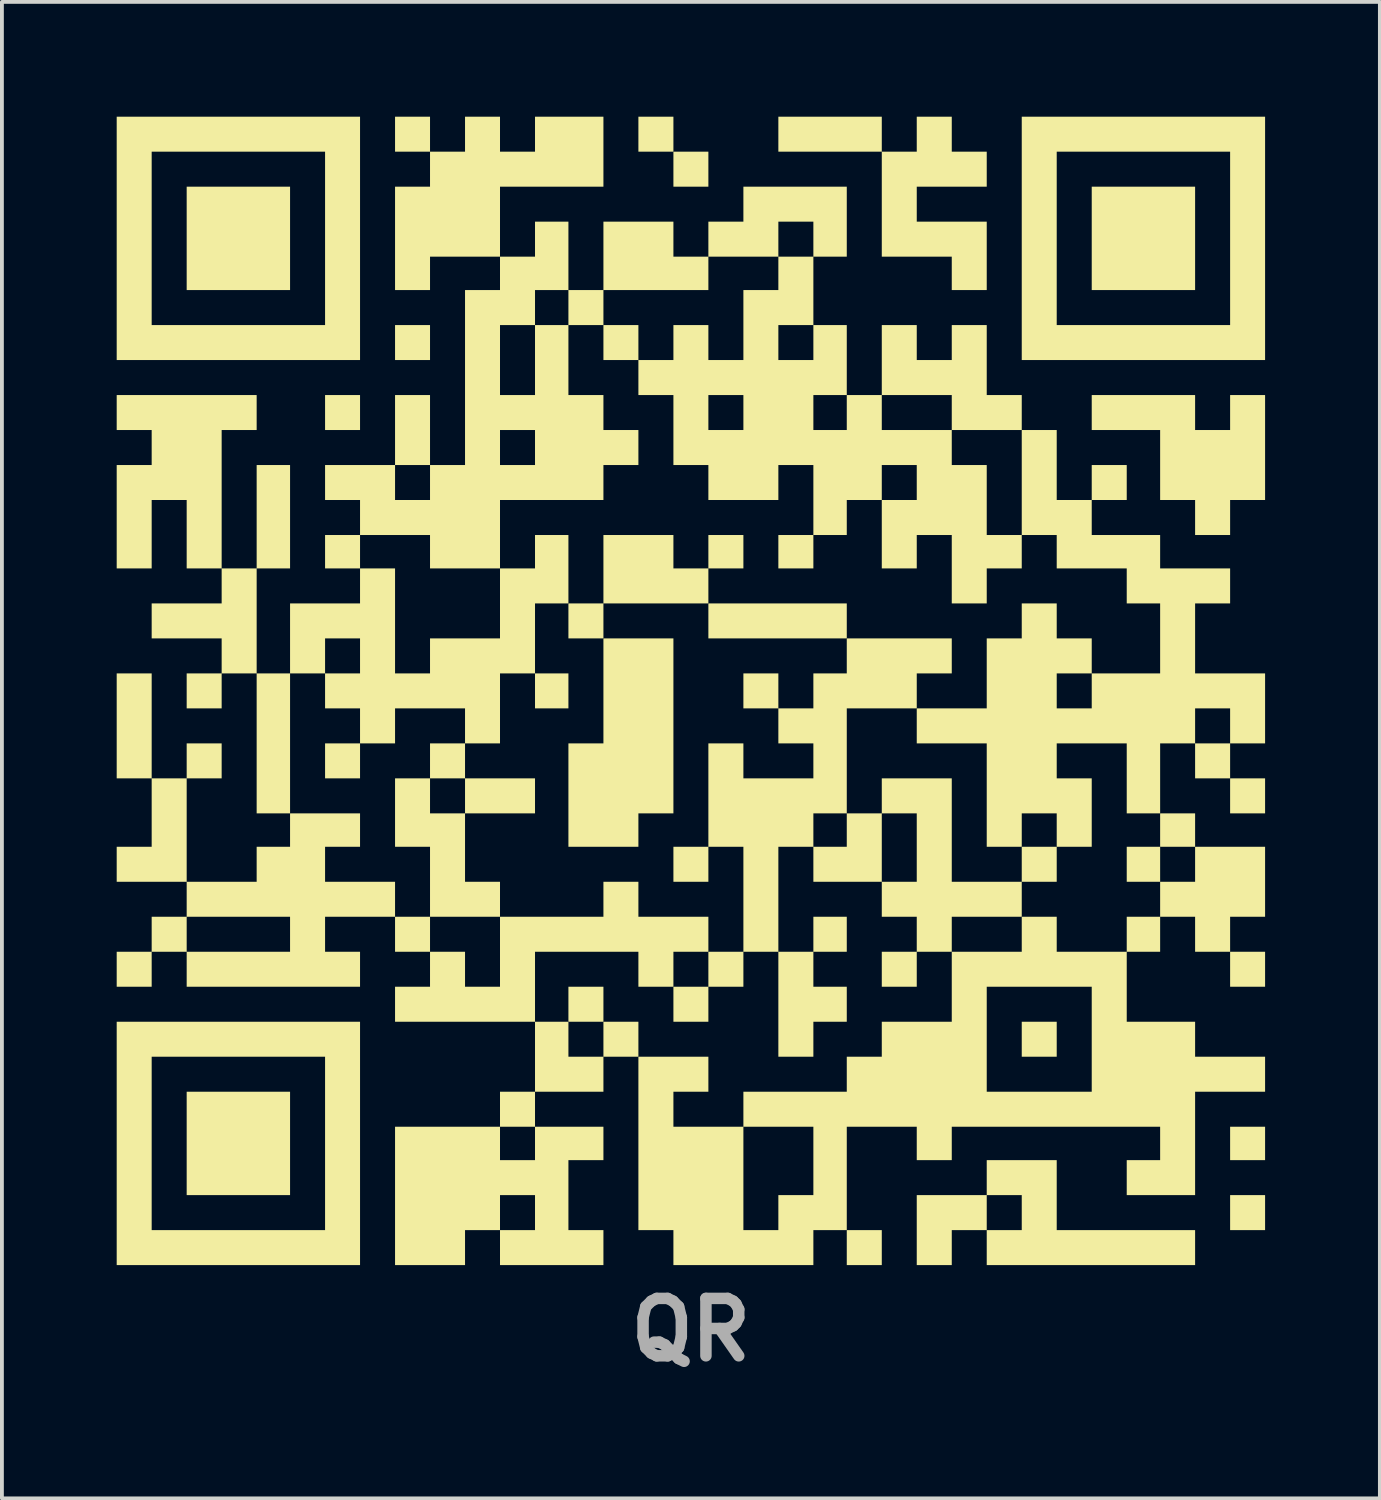
<source format=kicad_pcb>
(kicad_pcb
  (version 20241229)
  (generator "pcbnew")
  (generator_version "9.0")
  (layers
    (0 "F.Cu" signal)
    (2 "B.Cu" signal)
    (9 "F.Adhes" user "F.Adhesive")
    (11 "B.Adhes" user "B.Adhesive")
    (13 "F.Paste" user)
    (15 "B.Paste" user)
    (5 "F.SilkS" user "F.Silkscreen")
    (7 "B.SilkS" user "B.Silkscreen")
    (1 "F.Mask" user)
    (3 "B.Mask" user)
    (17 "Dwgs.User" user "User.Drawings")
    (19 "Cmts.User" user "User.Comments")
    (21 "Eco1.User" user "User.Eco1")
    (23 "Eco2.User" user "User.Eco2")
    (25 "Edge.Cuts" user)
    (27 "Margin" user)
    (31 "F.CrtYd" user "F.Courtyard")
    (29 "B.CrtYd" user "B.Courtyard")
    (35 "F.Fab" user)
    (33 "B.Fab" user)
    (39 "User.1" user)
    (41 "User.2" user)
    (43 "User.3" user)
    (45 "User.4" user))
  (footprint "QR"
    (layer "F.Cu")
    (at 15.007 15.007)
    (property "Reference" "QR" (at 0 16.7 0) (layer "F.Fab") (effects (font (size 1.5 1.5) (thickness 0.3))))
    (attr board_only exclude_from_pos_files exclude_from_bom)
    (fp_poly (pts (xy -10.476 -11.827) (xy -10.476 -10.476) (xy -11.827 -10.476) (xy -13.178 -10.476) (xy -13.178 -11.827) (xy -13.178 -13.178) (xy -11.827 -13.178) (xy -10.476 -13.178)) (stroke (width 0) (type solid)) (fill yes) (layer "F.SilkS"))
    (fp_poly (pts (xy -10.476 11.827) (xy -10.476 13.178) (xy -11.827 13.178) (xy -13.178 13.178) (xy -13.178 11.827) (xy -13.178 10.476) (xy -11.827 10.476) (xy -10.476 10.476)) (stroke (width 0) (type solid)) (fill yes) (layer "F.SilkS"))
    (fp_poly (pts (xy -8.647 -7.275) (xy -8.647 -6.818) (xy -9.104 -6.818) (xy -9.561 -6.818) (xy -9.561 -7.275) (xy -9.561 -7.732) (xy -9.104 -7.732) (xy -8.647 -7.732)) (stroke (width 0) (type solid)) (fill yes) (layer "F.SilkS"))
    (fp_poly (pts (xy -8.647 1.829) (xy -8.647 2.286) (xy -9.104 2.286) (xy -9.561 2.286) (xy -9.561 1.829) (xy -9.561 1.372) (xy -9.104 1.372) (xy -8.647 1.372)) (stroke (width 0) (type solid)) (fill yes) (layer "F.SilkS"))
    (fp_poly (pts (xy -6.818 -9.104) (xy -6.818 -8.647) (xy -7.275 -8.647) (xy -7.732 -8.647) (xy -7.732 -9.104) (xy -7.732 -9.561) (xy -7.275 -9.561) (xy -6.818 -9.561)) (stroke (width 0) (type solid)) (fill yes) (layer "F.SilkS"))
    (fp_poly (pts (xy -6.818 6.36) (xy -6.818 6.818) (xy -7.275 6.818) (xy -7.732 6.818) (xy -7.732 6.36) (xy -7.732 5.903) (xy -7.275 5.903) (xy -6.818 5.903)) (stroke (width 0) (type solid)) (fill yes) (layer "F.SilkS"))
    (fp_poly (pts (xy -3.201 0) (xy -3.201 0.457) (xy -3.637 0.457) (xy -4.074 0.457) (xy -4.074 0) (xy -4.074 -0.457) (xy -3.637 -0.457) (xy -3.201 -0.457)) (stroke (width 0) (type solid)) (fill yes) (layer "F.SilkS"))
    (fp_poly (pts (xy -2.286 8.19) (xy -2.286 8.647) (xy -2.744 8.647) (xy -3.201 8.647) (xy -3.201 8.19) (xy -3.201 7.732) (xy -2.744 7.732) (xy -2.286 7.732)) (stroke (width 0) (type solid)) (fill yes) (layer "F.SilkS"))
    (fp_poly (pts (xy -1.372 -9.104) (xy -1.372 -8.647) (xy -1.829 -8.647) (xy -2.286 -8.647) (xy -2.286 -9.104) (xy -2.286 -9.561) (xy -1.829 -9.561) (xy -1.372 -9.561)) (stroke (width 0) (type solid)) (fill yes) (layer "F.SilkS"))
    (fp_poly (pts (xy -0.457 -14.55) (xy -0.457 -14.093) (xy -0.915 -14.093) (xy -1.372 -14.093) (xy -1.372 -14.55) (xy -1.372 -15.007) (xy -0.915 -15.007) (xy -0.457 -15.007)) (stroke (width 0) (type solid)) (fill yes) (layer "F.SilkS"))
    (fp_poly (pts (xy 0.457 -13.635) (xy 0.457 -13.178) (xy 0 -13.178) (xy -0.457 -13.178) (xy -0.457 -13.635) (xy -0.457 -14.093) (xy 0 -14.093) (xy 0.457 -14.093)) (stroke (width 0) (type solid)) (fill yes) (layer "F.SilkS"))
    (fp_poly (pts (xy 3.201 -3.637) (xy 3.201 -3.201) (xy 2.744 -3.201) (xy 2.286 -3.201) (xy 2.286 -3.637) (xy 2.286 -4.074) (xy 2.744 -4.074) (xy 3.201 -4.074)) (stroke (width 0) (type solid)) (fill yes) (layer "F.SilkS"))
    (fp_poly (pts (xy 4.074 -1.829) (xy 4.074 -1.372) (xy 2.266 -1.372) (xy 0.457 -1.372) (xy 0.457 -1.829) (xy 0.457 -2.286) (xy 2.266 -2.286) (xy 4.074 -2.286)) (stroke (width 0) (type solid)) (fill yes) (layer "F.SilkS"))
    (fp_poly (pts (xy 4.989 14.55) (xy 4.989 15.007) (xy 4.531 15.007) (xy 4.074 15.007) (xy 4.074 14.55) (xy 4.074 14.093) (xy 4.531 14.093) (xy 4.989 14.093)) (stroke (width 0) (type solid)) (fill yes) (layer "F.SilkS"))
    (fp_poly (pts (xy 9.561 9.104) (xy 9.561 9.561) (xy 9.104 9.561) (xy 8.647 9.561) (xy 8.647 9.104) (xy 8.647 8.647) (xy 9.104 8.647) (xy 9.561 8.647)) (stroke (width 0) (type solid)) (fill yes) (layer "F.SilkS"))
    (fp_poly (pts (xy 12.264 4.531) (xy 12.264 4.989) (xy 11.827 4.989) (xy 11.391 4.989) (xy 11.391 4.531) (xy 11.391 4.074) (xy 11.827 4.074) (xy 12.264 4.074)) (stroke (width 0) (type solid)) (fill yes) (layer "F.SilkS"))
    (fp_poly (pts (xy 13.178 -11.827) (xy 13.178 -10.476) (xy 11.827 -10.476) (xy 10.476 -10.476) (xy 10.476 -11.827) (xy 10.476 -13.178) (xy 11.827 -13.178) (xy 13.178 -13.178)) (stroke (width 0) (type solid)) (fill yes) (layer "F.SilkS"))
    (fp_poly (pts (xy 13.178 3.637) (xy 13.178 4.074) (xy 12.721 4.074) (xy 12.264 4.074) (xy 12.264 3.637) (xy 12.264 3.201) (xy 12.721 3.201) (xy 13.178 3.201)) (stroke (width 0) (type solid)) (fill yes) (layer "F.SilkS"))
    (fp_poly (pts (xy 15.007 2.744) (xy 15.007 3.201) (xy 14.55 3.201) (xy 14.093 3.201) (xy 14.093 2.744) (xy 14.093 2.286) (xy 14.55 2.286) (xy 15.007 2.286)) (stroke (width 0) (type solid)) (fill yes) (layer "F.SilkS"))
    (fp_poly (pts (xy 15.007 7.275) (xy 15.007 7.732) (xy 14.55 7.732) (xy 14.093 7.732) (xy 14.093 7.275) (xy 14.093 6.818) (xy 14.55 6.818) (xy 15.007 6.818)) (stroke (width 0) (type solid)) (fill yes) (layer "F.SilkS"))
    (fp_poly (pts (xy 15.007 11.827) (xy 15.007 12.264) (xy 14.55 12.264) (xy 14.093 12.264) (xy 14.093 11.827) (xy 14.093 11.391) (xy 14.55 11.391) (xy 15.007 11.391)) (stroke (width 0) (type solid)) (fill yes) (layer "F.SilkS"))
    (fp_poly (pts (xy 15.007 13.635) (xy 15.007 14.093) (xy 14.55 14.093) (xy 14.093 14.093) (xy 14.093 13.635) (xy 14.093 13.178) (xy 14.55 13.178) (xy 15.007 13.178)) (stroke (width 0) (type solid)) (fill yes) (layer "F.SilkS"))
    (fp_poly (pts (xy -0.457 0.915) (xy -0.457 3.201) (xy -0.915 3.201) (xy -1.372 3.201) (xy -1.372 3.637) (xy -1.372 4.074) (xy -2.286 4.074) (xy -3.201 4.074) (xy -3.201 2.723) (xy -3.201 1.372) (xy -2.744 1.372) (xy -2.286 1.372) (xy -2.286 0) (xy -2.286 -1.372) (xy -1.372 -1.372) (xy -0.457 -1.372)) (stroke (width 0) (type solid)) (fill yes) (layer "F.SilkS"))
    (fp_poly (pts (xy -8.647 -11.827) (xy -8.647 -8.647) (xy -11.827 -8.647) (xy -15.007 -8.647) (xy -15.007 -11.827) (xy -14.093 -11.827) (xy -14.093 -9.561) (xy -11.827 -9.561) (xy -9.561 -9.561) (xy -9.561 -11.827) (xy -9.561 -14.093) (xy -11.827 -14.093) (xy -14.093 -14.093) (xy -14.093 -11.827) (xy -15.007 -11.827) (xy -15.007 -15.007) (xy -11.827 -15.007) (xy -8.647 -15.007)) (stroke (width 0) (type solid)) (fill yes) (layer "F.SilkS"))
    (fp_poly (pts (xy -8.647 11.827) (xy -8.647 15.007) (xy -11.827 15.007) (xy -15.007 15.007) (xy -15.007 11.827) (xy -14.093 11.827) (xy -14.093 14.093) (xy -11.827 14.093) (xy -9.561 14.093) (xy -9.561 11.827) (xy -9.561 9.561) (xy -11.827 9.561) (xy -14.093 9.561) (xy -14.093 11.827) (xy -15.007 11.827) (xy -15.007 8.647) (xy -11.827 8.647) (xy -8.647 8.647)) (stroke (width 0) (type solid)) (fill yes) (layer "F.SilkS"))
    (fp_poly (pts (xy 15.007 -11.827) (xy 15.007 -8.647) (xy 11.827 -8.647) (xy 8.647 -8.647) (xy 8.647 -11.827) (xy 9.561 -11.827) (xy 9.561 -9.561) (xy 11.827 -9.561) (xy 14.093 -9.561) (xy 14.093 -11.827) (xy 14.093 -14.093) (xy 11.827 -14.093) (xy 9.561 -14.093) (xy 9.561 -11.827) (xy 8.647 -11.827) (xy 8.647 -15.007) (xy 11.827 -15.007) (xy 15.007 -15.007)) (stroke (width 0) (type solid)) (fill yes) (layer "F.SilkS"))
    (fp_poly (pts (xy -0.457 -3.637) (xy -0.457 -3.201) (xy 0 -3.201) (xy 0.457 -3.201) (xy 0.457 -3.637) (xy 0.457 -4.074) (xy 0.915 -4.074) (xy 1.372 -4.074) (xy 1.372 -3.637) (xy 1.372 -3.201) (xy 0.915 -3.201) (xy 0.457 -3.201) (xy 0.457 -2.744) (xy 0.457 -2.286) (xy -0.915 -2.286) (xy -2.286 -2.286) (xy -2.286 -1.829) (xy -2.286 -1.372) (xy -2.744 -1.372) (xy -3.201 -1.372) (xy -3.201 -1.829) (xy -3.201 -2.286) (xy -2.744 -2.286) (xy -2.286 -2.286) (xy -2.286 -3.18) (xy -2.286 -4.074) (xy -1.372 -4.074) (xy -0.457 -4.074)) (stroke (width 0) (type solid)) (fill yes) (layer "F.SilkS"))
    (fp_poly (pts (xy 13.178 -7.275) (xy 13.178 -6.818) (xy 13.635 -6.818) (xy 14.093 -6.818) (xy 14.093 -7.275) (xy 14.093 -7.732) (xy 14.55 -7.732) (xy 15.007 -7.732) (xy 15.007 -6.36) (xy 15.007 -4.989) (xy 14.55 -4.989) (xy 14.093 -4.989) (xy 14.093 -4.531) (xy 14.093 -4.074) (xy 13.635 -4.074) (xy 13.178 -4.074) (xy 13.178 -4.531) (xy 13.178 -4.989) (xy 12.721 -4.989) (xy 12.264 -4.989) (xy 12.264 -5.903) (xy 12.264 -6.818) (xy 11.37 -6.818) (xy 10.476 -6.818) (xy 10.476 -7.275) (xy 10.476 -7.732) (xy 11.827 -7.732) (xy 13.178 -7.732)) (stroke (width 0) (type solid)) (fill yes) (layer "F.SilkS"))
    (fp_poly (pts (xy 9.561 13.178) (xy 9.561 14.093) (xy 11.37 14.093) (xy 13.178 14.093) (xy 13.178 14.55) (xy 13.178 15.007) (xy 10.455 15.007) (xy 7.732 15.007) (xy 7.732 14.55) (xy 7.732 14.093) (xy 7.275 14.093) (xy 6.818 14.093) (xy 6.818 14.55) (xy 6.818 15.007) (xy 6.36 15.007) (xy 5.903 15.007) (xy 5.903 14.093) (xy 5.903 13.635) (xy 7.732 13.635) (xy 7.732 14.093) (xy 8.19 14.093) (xy 8.647 14.093) (xy 8.647 13.635) (xy 8.647 13.178) (xy 8.19 13.178) (xy 7.732 13.178) (xy 7.732 13.635) (xy 5.903 13.635) (xy 5.903 13.178) (xy 6.818 13.178) (xy 7.732 13.178) (xy 7.732 12.721) (xy 7.732 12.264) (xy 8.647 12.264) (xy 9.561 12.264)) (stroke (width 0) (type solid)) (fill yes) (layer "F.SilkS"))
    (fp_poly (pts (xy -5.903 1.829) (xy -5.903 2.286) (xy -6.36 2.286) (xy -6.818 2.286) (xy -6.818 2.744) (xy -6.818 3.201) (xy -6.36 3.201) (xy -5.903 3.201) (xy -5.903 2.744) (xy -5.903 2.286) (xy -4.989 2.286) (xy -4.074 2.286) (xy -4.074 2.744) (xy -4.074 3.201) (xy -4.989 3.201) (xy -5.903 3.201) (xy -5.903 4.095) (xy -5.903 4.989) (xy -5.446 4.989) (xy -4.989 4.989) (xy -4.989 5.446) (xy -4.989 5.903) (xy -5.903 5.903) (xy -6.818 5.903) (xy -6.818 4.989) (xy -6.818 4.074) (xy -7.275 4.074) (xy -7.732 4.074) (xy -7.732 3.18) (xy -7.732 2.286) (xy -7.275 2.286) (xy -6.818 2.286) (xy -6.818 1.829) (xy -6.818 1.372) (xy -6.36 1.372) (xy -5.903 1.372)) (stroke (width 0) (type solid)) (fill yes) (layer "F.SilkS"))
    (fp_poly (pts (xy 4.989 -14.55) (xy 4.989 -14.093) (xy 5.446 -14.093) (xy 5.903 -14.093) (xy 5.903 -14.55) (xy 5.903 -15.007) (xy 6.36 -15.007) (xy 6.818 -15.007) (xy 6.818 -14.55) (xy 6.818 -14.093) (xy 7.275 -14.093) (xy 7.732 -14.093) (xy 7.732 -13.635) (xy 7.732 -13.178) (xy 6.818 -13.178) (xy 5.903 -13.178) (xy 5.903 -12.721) (xy 5.903 -12.264) (xy 6.818 -12.264) (xy 7.732 -12.264) (xy 7.732 -11.37) (xy 7.732 -10.476) (xy 7.275 -10.476) (xy 6.818 -10.476) (xy 6.818 -10.912) (xy 6.818 -11.349) (xy 5.903 -11.349) (xy 4.989 -11.349) (xy 4.989 -12.721) (xy 4.989 -14.093) (xy 3.637 -14.093) (xy 2.286 -14.093) (xy 2.286 -14.55) (xy 2.286 -15.007) (xy 3.637 -15.007) (xy 4.989 -15.007)) (stroke (width 0) (type solid)) (fill yes) (layer "F.SilkS"))
    (fp_poly (pts (xy -1.372 5.446) (xy -1.372 5.903) (xy -0.457 5.903) (xy 0.457 5.903) (xy 0.457 6.36) (xy 0.457 6.818) (xy 0 6.818) (xy -0.457 6.818) (xy -0.457 7.275) (xy -0.457 7.732) (xy -0.915 7.732) (xy -1.372 7.732) (xy -1.372 7.275) (xy -1.372 6.818) (xy -2.723 6.818) (xy -4.074 6.818) (xy -4.074 7.732) (xy -4.074 8.647) (xy -5.903 8.647) (xy -7.732 8.647) (xy -7.732 8.19) (xy -7.732 7.732) (xy -7.275 7.732) (xy -6.818 7.732) (xy -6.818 7.275) (xy -6.818 6.818) (xy -6.36 6.818) (xy -5.903 6.818) (xy -5.903 7.275) (xy -5.903 7.732) (xy -5.446 7.732) (xy -4.989 7.732) (xy -4.989 6.818) (xy -4.989 5.903) (xy -3.637 5.903) (xy -2.286 5.903) (xy -2.286 5.446) (xy -2.286 4.989) (xy -1.829 4.989) (xy -1.372 4.989)) (stroke (width 0) (type solid)) (fill yes) (layer "F.SilkS"))
    (fp_poly (pts (xy -3.201 9.104) (xy -3.201 9.561) (xy -2.744 9.561) (xy -2.286 9.561) (xy -2.286 9.104) (xy -2.286 8.647) (xy -1.829 8.647) (xy -1.372 8.647) (xy -1.372 9.104) (xy -1.372 9.561) (xy -1.829 9.561) (xy -2.286 9.561) (xy -2.286 10.019) (xy -2.286 10.476) (xy -3.18 10.476) (xy -4.074 10.476) (xy -4.074 10.933) (xy -4.074 11.391) (xy -4.531 11.391) (xy -4.989 11.391) (xy -4.989 11.827) (xy -4.989 12.264) (xy -4.531 12.264) (xy -4.074 12.264) (xy -4.074 11.827) (xy -4.074 11.391) (xy -3.18 11.391) (xy -2.286 11.391) (xy -2.286 11.827) (xy -2.286 12.264) (xy -2.744 12.264) (xy -3.201 12.264) (xy -3.201 13.178) (xy -3.201 14.093) (xy -2.744 14.093) (xy -2.286 14.093) (xy -2.286 14.55) (xy -2.286 15.007) (xy -3.637 15.007) (xy -4.989 15.007) (xy -4.989 14.55) (xy -4.989 14.093) (xy -5.446 14.093) (xy -5.903 14.093) (xy -5.903 14.55) (xy -5.903 15.007) (xy -6.818 15.007) (xy -7.732 15.007) (xy -7.732 13.635) (xy -4.989 13.635) (xy -4.989 14.093) (xy -4.531 14.093) (xy -4.074 14.093) (xy -4.074 13.635) (xy -4.074 13.178) (xy -4.531 13.178) (xy -4.989 13.178) (xy -4.989 13.635) (xy -7.732 13.635) (xy -7.732 13.199) (xy -7.732 11.391) (xy -6.36 11.391) (xy -4.989 11.391) (xy -4.989 10.933) (xy -4.989 10.476) (xy -4.531 10.476) (xy -4.074 10.476) (xy -4.074 9.561) (xy -4.074 8.647) (xy -3.637 8.647) (xy -3.201 8.647)) (stroke (width 0) (type solid)) (fill yes) (layer "F.SilkS"))
    (fp_poly (pts (xy -14.093 0.915) (xy -14.093 2.286) (xy -13.635 2.286) (xy -13.178 2.286) (xy -13.178 1.829) (xy -13.178 1.372) (xy -12.721 1.372) (xy -12.264 1.372) (xy -12.264 1.829) (xy -12.264 2.286) (xy -12.721 2.286) (xy -13.178 2.286) (xy -13.178 3.637) (xy -13.178 4.989) (xy -12.264 4.989) (xy -11.349 4.989) (xy -11.349 4.531) (xy -11.349 4.074) (xy -10.912 4.074) (xy -10.476 4.074) (xy -10.476 3.637) (xy -10.476 3.201) (xy -9.561 3.201) (xy -8.647 3.201) (xy -8.647 3.637) (xy -8.647 4.074) (xy -9.104 4.074) (xy -9.561 4.074) (xy -9.561 4.531) (xy -9.561 4.989) (xy -8.647 4.989) (xy -7.732 4.989) (xy -7.732 5.446) (xy -7.732 5.903) (xy -8.647 5.903) (xy -9.561 5.903) (xy -9.561 6.36) (xy -9.561 6.818) (xy -9.104 6.818) (xy -8.647 6.818) (xy -8.647 7.275) (xy -8.647 7.732) (xy -10.912 7.732) (xy -13.178 7.732) (xy -13.178 7.275) (xy -13.178 6.818) (xy -13.635 6.818) (xy -14.093 6.818) (xy -14.093 7.275) (xy -14.093 7.732) (xy -14.55 7.732) (xy -15.007 7.732) (xy -15.007 7.275) (xy -15.007 6.818) (xy -14.55 6.818) (xy -14.093 6.818) (xy -14.093 6.36) (xy -13.178 6.36) (xy -13.178 6.818) (xy -11.827 6.818) (xy -10.476 6.818) (xy -10.476 6.36) (xy -10.476 5.903) (xy -11.827 5.903) (xy -13.178 5.903) (xy -13.178 6.36) (xy -14.093 6.36) (xy -14.093 5.903) (xy -13.635 5.903) (xy -13.178 5.903) (xy -13.178 5.446) (xy -13.178 4.989) (xy -14.093 4.989) (xy -15.007 4.989) (xy -15.007 4.531) (xy -15.007 4.074) (xy -14.55 4.074) (xy -14.093 4.074) (xy -14.093 3.18) (xy -14.093 2.286) (xy -14.55 2.286) (xy -15.007 2.286) (xy -15.007 0.915) (xy -15.007 -0.457) (xy -14.55 -0.457) (xy -14.093 -0.457)) (stroke (width 0) (type solid)) (fill yes) (layer "F.SilkS"))
    (fp_poly (pts (xy -11.349 -7.275) (xy -11.349 -6.818) (xy -11.806 -6.818) (xy -12.264 -6.818) (xy -12.264 -5.009) (xy -12.264 -3.201) (xy -11.806 -3.201) (xy -11.349 -3.201) (xy -11.349 -4.552) (xy -11.349 -5.903) (xy -10.912 -5.903) (xy -10.476 -5.903) (xy -10.476 -4.552) (xy -10.476 -3.201) (xy -10.912 -3.201) (xy -11.349 -3.201) (xy -11.349 -1.829) (xy -11.349 -0.457) (xy -10.912 -0.457) (xy -10.476 -0.457) (xy -10.476 -1.372) (xy -10.476 -2.286) (xy -9.561 -2.286) (xy -8.647 -2.286) (xy -8.647 -2.744) (xy -8.647 -3.201) (xy -8.19 -3.201) (xy -7.732 -3.201) (xy -7.732 -1.829) (xy -7.732 -0.457) (xy -7.275 -0.457) (xy -6.818 -0.457) (xy -6.818 -0.915) (xy -6.818 -1.372) (xy -5.903 -1.372) (xy -4.989 -1.372) (xy -4.989 -2.286) (xy -4.989 -3.201) (xy -4.531 -3.201) (xy -4.074 -3.201) (xy -4.074 -3.637) (xy -4.074 -4.074) (xy -3.637 -4.074) (xy -3.201 -4.074) (xy -3.201 -3.18) (xy -3.201 -2.286) (xy -3.637 -2.286) (xy -4.074 -2.286) (xy -4.074 -1.372) (xy -4.074 -0.457) (xy -4.531 -0.457) (xy -4.989 -0.457) (xy -4.989 0.457) (xy -4.989 1.372) (xy -5.446 1.372) (xy -5.903 1.372) (xy -5.903 0.915) (xy -5.903 0.457) (xy -6.818 0.457) (xy -7.732 0.457) (xy -7.732 0.915) (xy -7.732 1.372) (xy -8.19 1.372) (xy -8.647 1.372) (xy -8.647 0.915) (xy -8.647 0.457) (xy -9.104 0.457) (xy -9.561 0.457) (xy -9.561 0) (xy -9.561 -0.457) (xy -9.104 -0.457) (xy -8.647 -0.457) (xy -8.647 -0.915) (xy -8.647 -1.372) (xy -9.104 -1.372) (xy -9.561 -1.372) (xy -9.561 -0.915) (xy -9.561 -0.457) (xy -10.019 -0.457) (xy -10.476 -0.457) (xy -10.476 1.372) (xy -10.476 3.201) (xy -10.912 3.201) (xy -11.349 3.201) (xy -11.349 1.372) (xy -11.349 -0.457) (xy -11.806 -0.457) (xy -12.264 -0.457) (xy -12.264 0) (xy -12.264 0.457) (xy -12.721 0.457) (xy -13.178 0.457) (xy -13.178 0) (xy -13.178 -0.457) (xy -12.721 -0.457) (xy -12.264 -0.457) (xy -12.264 -0.915) (xy -12.264 -1.372) (xy -13.178 -1.372) (xy -14.093 -1.372) (xy -14.093 -1.829) (xy -14.093 -2.286) (xy -13.178 -2.286) (xy -12.264 -2.286) (xy -12.264 -2.744) (xy -12.264 -3.201) (xy -12.721 -3.201) (xy -13.178 -3.201) (xy -13.178 -4.095) (xy -13.178 -4.989) (xy -13.635 -4.989) (xy -14.093 -4.989) (xy -14.093 -4.095) (xy -14.093 -3.201) (xy -14.55 -3.201) (xy -15.007 -3.201) (xy -15.007 -4.552) (xy -15.007 -5.903) (xy -14.55 -5.903) (xy -14.093 -5.903) (xy -14.093 -6.36) (xy -14.093 -6.818) (xy -14.55 -6.818) (xy -15.007 -6.818) (xy -15.007 -7.275) (xy -15.007 -7.732) (xy -13.178 -7.732) (xy -11.349 -7.732)) (stroke (width 0) (type solid)) (fill yes) (layer "F.SilkS"))
    (fp_poly (pts (xy 15.007 4.989) (xy 15.007 5.903) (xy 14.55 5.903) (xy 14.093 5.903) (xy 14.093 6.36) (xy 14.093 6.818) (xy 13.635 6.818) (xy 13.178 6.818) (xy 13.178 6.36) (xy 13.178 5.903) (xy 12.721 5.903) (xy 12.264 5.903) (xy 12.264 6.36) (xy 12.264 6.818) (xy 11.827 6.818) (xy 11.391 6.818) (xy 11.391 7.732) (xy 11.391 8.647) (xy 12.284 8.647) (xy 13.178 8.647) (xy 13.178 9.104) (xy 13.178 9.561) (xy 14.093 9.561) (xy 15.007 9.561) (xy 15.007 10.019) (xy 15.007 10.476) (xy 14.093 10.476) (xy 13.178 10.476) (xy 13.178 11.827) (xy 13.178 13.178) (xy 12.284 13.178) (xy 11.391 13.178) (xy 11.391 12.721) (xy 11.391 12.264) (xy 11.827 12.264) (xy 12.264 12.264) (xy 12.264 11.827) (xy 12.264 11.391) (xy 9.541 11.391) (xy 6.818 11.391) (xy 6.818 11.827) (xy 6.818 12.264) (xy 6.36 12.264) (xy 5.903 12.264) (xy 5.903 11.827) (xy 5.903 11.391) (xy 4.989 11.391) (xy 4.074 11.391) (xy 4.074 12.742) (xy 4.074 14.093) (xy 3.637 14.093) (xy 3.201 14.093) (xy 3.201 14.55) (xy 3.201 15.007) (xy 1.372 15.007) (xy -0.457 15.007) (xy -0.457 14.55) (xy -0.457 14.093) (xy -0.915 14.093) (xy -1.372 14.093) (xy -1.372 12.742) (xy 1.372 12.742) (xy 1.372 14.093) (xy 1.829 14.093) (xy 2.286 14.093) (xy 2.286 13.635) (xy 2.286 13.178) (xy 2.744 13.178) (xy 3.201 13.178) (xy 3.201 12.284) (xy 3.201 11.391) (xy 2.286 11.391) (xy 1.372 11.391) (xy 1.372 12.742) (xy -1.372 12.742) (xy -1.372 11.827) (xy -1.372 9.561) (xy -0.457 9.561) (xy 0.457 9.561) (xy 0.457 10.019) (xy 0.457 10.476) (xy 0 10.476) (xy -0.457 10.476) (xy -0.457 10.933) (xy -0.457 11.391) (xy 0.457 11.391) (xy 1.372 11.391) (xy 1.372 10.933) (xy 1.372 10.476) (xy 2.723 10.476) (xy 4.074 10.476) (xy 4.074 10.019) (xy 4.074 9.561) (xy 4.531 9.561) (xy 4.989 9.561) (xy 4.989 9.104) (xy 7.732 9.104) (xy 7.732 10.476) (xy 9.104 10.476) (xy 10.476 10.476) (xy 10.476 9.104) (xy 10.476 7.732) (xy 9.104 7.732) (xy 7.732 7.732) (xy 7.732 9.104) (xy 4.989 9.104) (xy 4.989 8.647) (xy 5.903 8.647) (xy 6.818 8.647) (xy 6.818 7.732) (xy 6.818 6.818) (xy 7.732 6.818) (xy 8.647 6.818) (xy 8.647 6.36) (xy 8.647 5.903) (xy 9.104 5.903) (xy 9.561 5.903) (xy 9.561 6.36) (xy 9.561 6.818) (xy 10.476 6.818) (xy 11.391 6.818) (xy 11.391 6.36) (xy 11.391 5.903) (xy 11.827 5.903) (xy 12.264 5.903) (xy 12.264 5.446) (xy 12.264 4.989) (xy 12.721 4.989) (xy 13.178 4.989) (xy 13.178 4.531) (xy 13.178 4.074) (xy 14.093 4.074) (xy 15.007 4.074)) (stroke (width 0) (type solid)) (fill yes) (layer "F.SilkS"))
    (fp_poly (pts (xy 6.818 -0.915) (xy 6.818 -0.457) (xy 6.36 -0.457) (xy 5.903 -0.457) (xy 5.903 0) (xy 5.903 0.457) (xy 4.989 0.457) (xy 4.074 0.457) (xy 4.074 1.829) (xy 4.074 3.201) (xy 4.531 3.201) (xy 4.989 3.201) (xy 4.989 2.744) (xy 4.989 2.286) (xy 5.903 2.286) (xy 6.818 2.286) (xy 6.818 3.637) (xy 6.818 4.989) (xy 7.732 4.989) (xy 8.647 4.989) (xy 8.647 4.531) (xy 8.647 4.074) (xy 9.104 4.074) (xy 9.561 4.074) (xy 9.561 4.531) (xy 9.561 4.989) (xy 9.104 4.989) (xy 8.647 4.989) (xy 8.647 5.446) (xy 8.647 5.903) (xy 7.732 5.903) (xy 6.818 5.903) (xy 6.818 6.36) (xy 6.818 6.818) (xy 6.36 6.818) (xy 5.903 6.818) (xy 5.903 7.275) (xy 5.903 7.732) (xy 5.446 7.732) (xy 4.989 7.732) (xy 4.989 7.275) (xy 4.989 6.818) (xy 5.446 6.818) (xy 5.903 6.818) (xy 5.903 6.36) (xy 5.903 5.903) (xy 5.446 5.903) (xy 4.989 5.903) (xy 4.989 5.446) (xy 4.989 4.989) (xy 4.095 4.989) (xy 3.201 4.989) (xy 3.201 4.531) (xy 3.201 4.095) (xy 4.989 4.095) (xy 4.989 4.989) (xy 5.446 4.989) (xy 5.903 4.989) (xy 5.903 4.095) (xy 5.903 3.201) (xy 5.446 3.201) (xy 4.989 3.201) (xy 4.989 4.095) (xy 3.201 4.095) (xy 3.201 4.074) (xy 2.744 4.074) (xy 2.286 4.074) (xy 2.286 5.446) (xy 2.286 6.818) (xy 2.744 6.818) (xy 3.201 6.818) (xy 3.201 6.36) (xy 3.201 5.903) (xy 3.637 5.903) (xy 4.074 5.903) (xy 4.074 6.36) (xy 4.074 6.818) (xy 3.637 6.818) (xy 3.201 6.818) (xy 3.201 7.275) (xy 3.201 7.732) (xy 3.637 7.732) (xy 4.074 7.732) (xy 4.074 8.19) (xy 4.074 8.647) (xy 3.637 8.647) (xy 3.201 8.647) (xy 3.201 9.104) (xy 3.201 9.561) (xy 2.744 9.561) (xy 2.286 9.561) (xy 2.286 8.19) (xy 2.286 6.818) (xy 1.829 6.818) (xy 1.372 6.818) (xy 1.372 7.275) (xy 1.372 7.732) (xy 0.915 7.732) (xy 0.457 7.732) (xy 0.457 8.19) (xy 0.457 8.647) (xy 0 8.647) (xy -0.457 8.647) (xy -0.457 8.19) (xy -0.457 7.732) (xy 0 7.732) (xy 0.457 7.732) (xy 0.457 7.275) (xy 0.457 6.818) (xy 0.915 6.818) (xy 1.372 6.818) (xy 1.372 5.446) (xy 1.372 4.074) (xy 0.915 4.074) (xy 0.457 4.074) (xy 0.457 4.531) (xy 0.457 4.989) (xy 0 4.989) (xy -0.457 4.989) (xy -0.457 4.531) (xy -0.457 4.074) (xy 0 4.074) (xy 0.457 4.074) (xy 0.457 3.637) (xy 3.201 3.637) (xy 3.201 4.074) (xy 3.637 4.074) (xy 4.074 4.074) (xy 4.074 3.637) (xy 4.074 3.201) (xy 3.637 3.201) (xy 3.201 3.201) (xy 3.201 3.637) (xy 0.457 3.637) (xy 0.457 2.723) (xy 0.457 1.372) (xy 0.915 1.372) (xy 1.372 1.372) (xy 1.372 1.829) (xy 1.372 2.286) (xy 2.286 2.286) (xy 3.201 2.286) (xy 3.201 1.829) (xy 3.201 1.372) (xy 2.744 1.372) (xy 2.286 1.372) (xy 2.286 0.915) (xy 2.286 0.457) (xy 1.829 0.457) (xy 1.372 0.457) (xy 1.372 0) (xy 1.372 -0.457) (xy 1.829 -0.457) (xy 2.286 -0.457) (xy 2.286 0) (xy 2.286 0.457) (xy 2.744 0.457) (xy 3.201 0.457) (xy 3.201 0) (xy 3.201 -0.457) (xy 3.637 -0.457) (xy 4.074 -0.457) (xy 4.074 -0.915) (xy 4.074 -1.372) (xy 5.446 -1.372) (xy 6.818 -1.372)) (stroke (width 0) (type solid)) (fill yes) (layer "F.SilkS"))
    (fp_poly (pts (xy -6.818 -14.55) (xy -6.818 -14.093) (xy -6.36 -14.093) (xy -5.903 -14.093) (xy -5.903 -14.55) (xy -5.903 -15.007) (xy -5.446 -15.007) (xy -4.989 -15.007) (xy -4.989 -14.55) (xy -4.989 -14.093) (xy -4.531 -14.093) (xy -4.074 -14.093) (xy -4.074 -14.55) (xy -4.074 -15.007) (xy -3.18 -15.007) (xy -2.286 -15.007) (xy -2.286 -14.093) (xy -2.286 -13.178) (xy -3.637 -13.178) (xy -4.989 -13.178) (xy -4.989 -12.264) (xy -4.989 -11.349) (xy -4.531 -11.349) (xy -4.074 -11.349) (xy -4.074 -11.806) (xy -4.074 -12.264) (xy -3.637 -12.264) (xy -3.201 -12.264) (xy -3.201 -11.37) (xy -3.201 -10.476) (xy -2.744 -10.476) (xy -2.286 -10.476) (xy -2.286 -11.37) (xy -2.286 -12.264) (xy -1.372 -12.264) (xy -0.457 -12.264) (xy -0.457 -11.806) (xy -0.457 -11.349) (xy 0 -11.349) (xy 0.457 -11.349) (xy 0.457 -11.806) (xy 0.457 -12.264) (xy 0.915 -12.264) (xy 1.372 -12.264) (xy 1.372 -12.721) (xy 1.372 -13.178) (xy 2.723 -13.178) (xy 4.074 -13.178) (xy 4.074 -12.264) (xy 4.074 -11.349) (xy 3.637 -11.349) (xy 3.201 -11.349) (xy 3.201 -10.455) (xy 3.201 -9.561) (xy 2.744 -9.561) (xy 2.286 -9.561) (xy 2.286 -9.104) (xy 2.286 -8.647) (xy 2.744 -8.647) (xy 3.201 -8.647) (xy 3.201 -9.104) (xy 3.201 -9.561) (xy 3.637 -9.561) (xy 4.074 -9.561) (xy 4.074 -8.647) (xy 4.074 -7.732) (xy 4.531 -7.732) (xy 4.989 -7.732) (xy 4.989 -8.647) (xy 4.989 -9.561) (xy 5.446 -9.561) (xy 5.903 -9.561) (xy 5.903 -9.104) (xy 5.903 -8.647) (xy 6.36 -8.647) (xy 6.818 -8.647) (xy 6.818 -9.104) (xy 6.818 -9.561) (xy 7.275 -9.561) (xy 7.732 -9.561) (xy 7.732 -8.647) (xy 7.732 -7.732) (xy 8.19 -7.732) (xy 8.647 -7.732) (xy 8.647 -7.275) (xy 8.647 -6.818) (xy 7.732 -6.818) (xy 6.818 -6.818) (xy 6.818 -6.36) (xy 6.818 -5.903) (xy 7.275 -5.903) (xy 7.732 -5.903) (xy 7.732 -4.989) (xy 7.732 -4.074) (xy 8.19 -4.074) (xy 8.647 -4.074) (xy 8.647 -5.446) (xy 8.647 -6.818) (xy 9.104 -6.818) (xy 9.561 -6.818) (xy 9.561 -5.903) (xy 9.561 -4.989) (xy 10.019 -4.989) (xy 10.476 -4.989) (xy 10.476 -5.446) (xy 10.476 -5.903) (xy 10.933 -5.903) (xy 11.391 -5.903) (xy 11.391 -5.446) (xy 11.391 -4.989) (xy 10.933 -4.989) (xy 10.476 -4.989) (xy 10.476 -4.531) (xy 10.476 -4.074) (xy 11.37 -4.074) (xy 12.264 -4.074) (xy 12.264 -3.637) (xy 12.264 -3.201) (xy 13.178 -3.201) (xy 14.093 -3.201) (xy 14.093 -2.744) (xy 14.093 -2.286) (xy 13.635 -2.286) (xy 13.178 -2.286) (xy 13.178 -1.372) (xy 13.178 -0.457) (xy 14.093 -0.457) (xy 15.007 -0.457) (xy 15.007 0.457) (xy 15.007 1.372) (xy 14.55 1.372) (xy 14.093 1.372) (xy 14.093 1.829) (xy 14.093 2.286) (xy 13.635 2.286) (xy 13.178 2.286) (xy 13.178 1.829) (xy 13.178 1.372) (xy 12.721 1.372) (xy 12.264 1.372) (xy 12.264 2.286) (xy 12.264 3.201) (xy 11.827 3.201) (xy 11.391 3.201) (xy 11.391 2.286) (xy 11.391 1.372) (xy 10.476 1.372) (xy 9.561 1.372) (xy 9.561 1.829) (xy 9.561 2.286) (xy 10.019 2.286) (xy 10.476 2.286) (xy 10.476 3.18) (xy 10.476 4.074) (xy 10.019 4.074) (xy 9.561 4.074) (xy 9.561 3.637) (xy 9.561 3.201) (xy 9.104 3.201) (xy 8.647 3.201) (xy 8.647 3.637) (xy 8.647 4.074) (xy 8.19 4.074) (xy 7.732 4.074) (xy 7.732 2.723) (xy 7.732 1.372) (xy 6.818 1.372) (xy 5.903 1.372) (xy 5.903 0.915) (xy 13.178 0.915) (xy 13.178 1.372) (xy 13.635 1.372) (xy 14.093 1.372) (xy 14.093 0.915) (xy 14.093 0.457) (xy 13.635 0.457) (xy 13.178 0.457) (xy 13.178 0.915) (xy 5.903 0.915) (xy 5.903 0.457) (xy 6.818 0.457) (xy 7.732 0.457) (xy 7.732 -0.457) (xy 7.732 -1.372) (xy 8.19 -1.372) (xy 8.647 -1.372) (xy 8.647 -1.829) (xy 8.647 -2.286) (xy 9.104 -2.286) (xy 9.561 -2.286) (xy 9.561 -1.829) (xy 9.561 -1.372) (xy 10.019 -1.372) (xy 10.476 -1.372) (xy 10.476 -0.915) (xy 10.476 -0.457) (xy 10.019 -0.457) (xy 9.561 -0.457) (xy 9.561 0) (xy 9.561 0.457) (xy 10.019 0.457) (xy 10.476 0.457) (xy 10.476 0) (xy 10.476 -0.457) (xy 11.37 -0.457) (xy 12.264 -0.457) (xy 12.264 -1.372) (xy 12.264 -2.286) (xy 11.827 -2.286) (xy 11.391 -2.286) (xy 11.391 -2.744) (xy 11.391 -3.201) (xy 10.476 -3.201) (xy 9.561 -3.201) (xy 9.561 -3.637) (xy 9.561 -4.074) (xy 9.104 -4.074) (xy 8.647 -4.074) (xy 8.647 -3.637) (xy 8.647 -3.201) (xy 8.19 -3.201) (xy 7.732 -3.201) (xy 7.732 -2.744) (xy 7.732 -2.286) (xy 7.275 -2.286) (xy 6.818 -2.286) (xy 6.818 -3.18) (xy 6.818 -4.074) (xy 6.36 -4.074) (xy 5.903 -4.074) (xy 5.903 -3.637) (xy 5.903 -3.201) (xy 5.446 -3.201) (xy 4.989 -3.201) (xy 4.989 -4.095) (xy 4.989 -4.989) (xy 5.446 -4.989) (xy 5.903 -4.989) (xy 5.903 -5.446) (xy 5.903 -5.903) (xy 5.446 -5.903) (xy 4.989 -5.903) (xy 4.989 -5.446) (xy 4.989 -4.989) (xy 4.531 -4.989) (xy 4.074 -4.989) (xy 4.074 -4.531) (xy 4.074 -4.074) (xy 3.637 -4.074) (xy 3.201 -4.074) (xy 3.201 -4.989) (xy 3.201 -5.903) (xy 2.744 -5.903) (xy 2.286 -5.903) (xy 2.286 -5.446) (xy 2.286 -4.989) (xy 1.372 -4.989) (xy 0.457 -4.989) (xy 0.457 -5.446) (xy 0.457 -5.903) (xy 0 -5.903) (xy -0.457 -5.903) (xy -0.457 -6.818) (xy -0.457 -7.275) (xy 0.457 -7.275) (xy 0.457 -6.818) (xy 0.915 -6.818) (xy 1.372 -6.818) (xy 1.372 -7.275) (xy 3.201 -7.275) (xy 3.201 -6.818) (xy 3.637 -6.818) (xy 4.074 -6.818) (xy 4.074 -7.275) (xy 4.989 -7.275) (xy 4.989 -6.818) (xy 5.903 -6.818) (xy 6.818 -6.818) (xy 6.818 -7.275) (xy 6.818 -7.732) (xy 5.903 -7.732) (xy 4.989 -7.732) (xy 4.989 -7.275) (xy 4.074 -7.275) (xy 4.074 -7.732) (xy 3.637 -7.732) (xy 3.201 -7.732) (xy 3.201 -7.275) (xy 1.372 -7.275) (xy 1.372 -7.732) (xy 0.915 -7.732) (xy 0.457 -7.732) (xy 0.457 -7.275) (xy -0.457 -7.275) (xy -0.457 -7.732) (xy -0.915 -7.732) (xy -1.372 -7.732) (xy -1.372 -8.19) (xy -1.372 -8.647) (xy -0.915 -8.647) (xy -0.457 -8.647) (xy -0.457 -9.104) (xy -0.457 -9.561) (xy 0 -9.561) (xy 0.457 -9.561) (xy 0.457 -9.104) (xy 0.457 -8.647) (xy 0.915 -8.647) (xy 1.372 -8.647) (xy 1.372 -9.561) (xy 1.372 -10.476) (xy 1.829 -10.476) (xy 2.286 -10.476) (xy 2.286 -10.912) (xy 2.286 -11.349) (xy 2.744 -11.349) (xy 3.201 -11.349) (xy 3.201 -11.806) (xy 3.201 -12.264) (xy 2.744 -12.264) (xy 2.286 -12.264) (xy 2.286 -11.806) (xy 2.286 -11.349) (xy 1.372 -11.349) (xy 0.457 -11.349) (xy 0.457 -10.912) (xy 0.457 -10.476) (xy -0.915 -10.476) (xy -2.286 -10.476) (xy -2.286 -10.019) (xy -2.286 -9.561) (xy -2.744 -9.561) (xy -3.201 -9.561) (xy -3.201 -10.019) (xy -3.201 -10.476) (xy -3.637 -10.476) (xy -4.074 -10.476) (xy -4.074 -10.019) (xy -4.074 -9.561) (xy -4.531 -9.561) (xy -4.989 -9.561) (xy -4.989 -8.647) (xy -4.989 -7.732) (xy -4.531 -7.732) (xy -4.074 -7.732) (xy -4.074 -8.647) (xy -4.074 -9.561) (xy -3.637 -9.561) (xy -3.201 -9.561) (xy -3.201 -8.647) (xy -3.201 -7.732) (xy -2.744 -7.732) (xy -2.286 -7.732) (xy -2.286 -7.275) (xy -2.286 -6.818) (xy -1.829 -6.818) (xy -1.372 -6.818) (xy -1.372 -6.36) (xy -1.372 -5.903) (xy -1.829 -5.903) (xy -2.286 -5.903) (xy -2.286 -5.446) (xy -2.286 -4.989) (xy -3.637 -4.989) (xy -4.989 -4.989) (xy -4.989 -4.095) (xy -4.989 -3.201) (xy -5.903 -3.201) (xy -6.818 -3.201) (xy -6.818 -3.637) (xy -6.818 -4.074) (xy -7.732 -4.074) (xy -8.647 -4.074) (xy -8.647 -3.637) (xy -8.647 -3.201) (xy -9.104 -3.201) (xy -9.561 -3.201) (xy -9.561 -3.637) (xy -9.561 -4.074) (xy -9.104 -4.074) (xy -8.647 -4.074) (xy -8.647 -4.531) (xy -8.647 -4.989) (xy -9.104 -4.989) (xy -9.561 -4.989) (xy -9.561 -5.446) (xy -7.732 -5.446) (xy -7.732 -4.989) (xy -7.275 -4.989) (xy -6.818 -4.989) (xy -6.818 -5.446) (xy -6.818 -5.903) (xy -7.275 -5.903) (xy -7.732 -5.903) (xy -7.732 -5.446) (xy -9.561 -5.446) (xy -9.561 -5.903) (xy -8.647 -5.903) (xy -7.732 -5.903) (xy -7.732 -6.818) (xy -7.732 -7.732) (xy -7.275 -7.732) (xy -6.818 -7.732) (xy -6.818 -6.818) (xy -6.818 -5.903) (xy -6.36 -5.903) (xy -5.903 -5.903) (xy -5.903 -6.36) (xy -4.989 -6.36) (xy -4.989 -5.903) (xy -4.531 -5.903) (xy -4.074 -5.903) (xy -4.074 -6.36) (xy -4.074 -6.818) (xy -4.531 -6.818) (xy -4.989 -6.818) (xy -4.989 -6.36) (xy -5.903 -6.36) (xy -5.903 -8.19) (xy -5.903 -10.476) (xy -5.446 -10.476) (xy -4.989 -10.476) (xy -4.989 -10.912) (xy -4.989 -11.349) (xy -5.903 -11.349) (xy -6.818 -11.349) (xy -6.818 -10.912) (xy -6.818 -10.476) (xy -7.275 -10.476) (xy -7.732 -10.476) (xy -7.732 -11.827) (xy -7.732 -13.178) (xy -7.275 -13.178) (xy -6.818 -13.178) (xy -6.818 -13.635) (xy -6.818 -14.093) (xy -7.275 -14.093) (xy -7.732 -14.093) (xy -7.732 -14.55) (xy -7.732 -15.007) (xy -7.275 -15.007) (xy -6.818 -15.007)) (stroke (width 0) (type solid)) (fill yes) (layer "F.SilkS")))
  (gr_rect
    (start -3 -3)
    (end 33.014 36.111)
    (stroke (width 0.1) (type default))
    (fill no)
    (layer "Edge.Cuts")))
</source>
